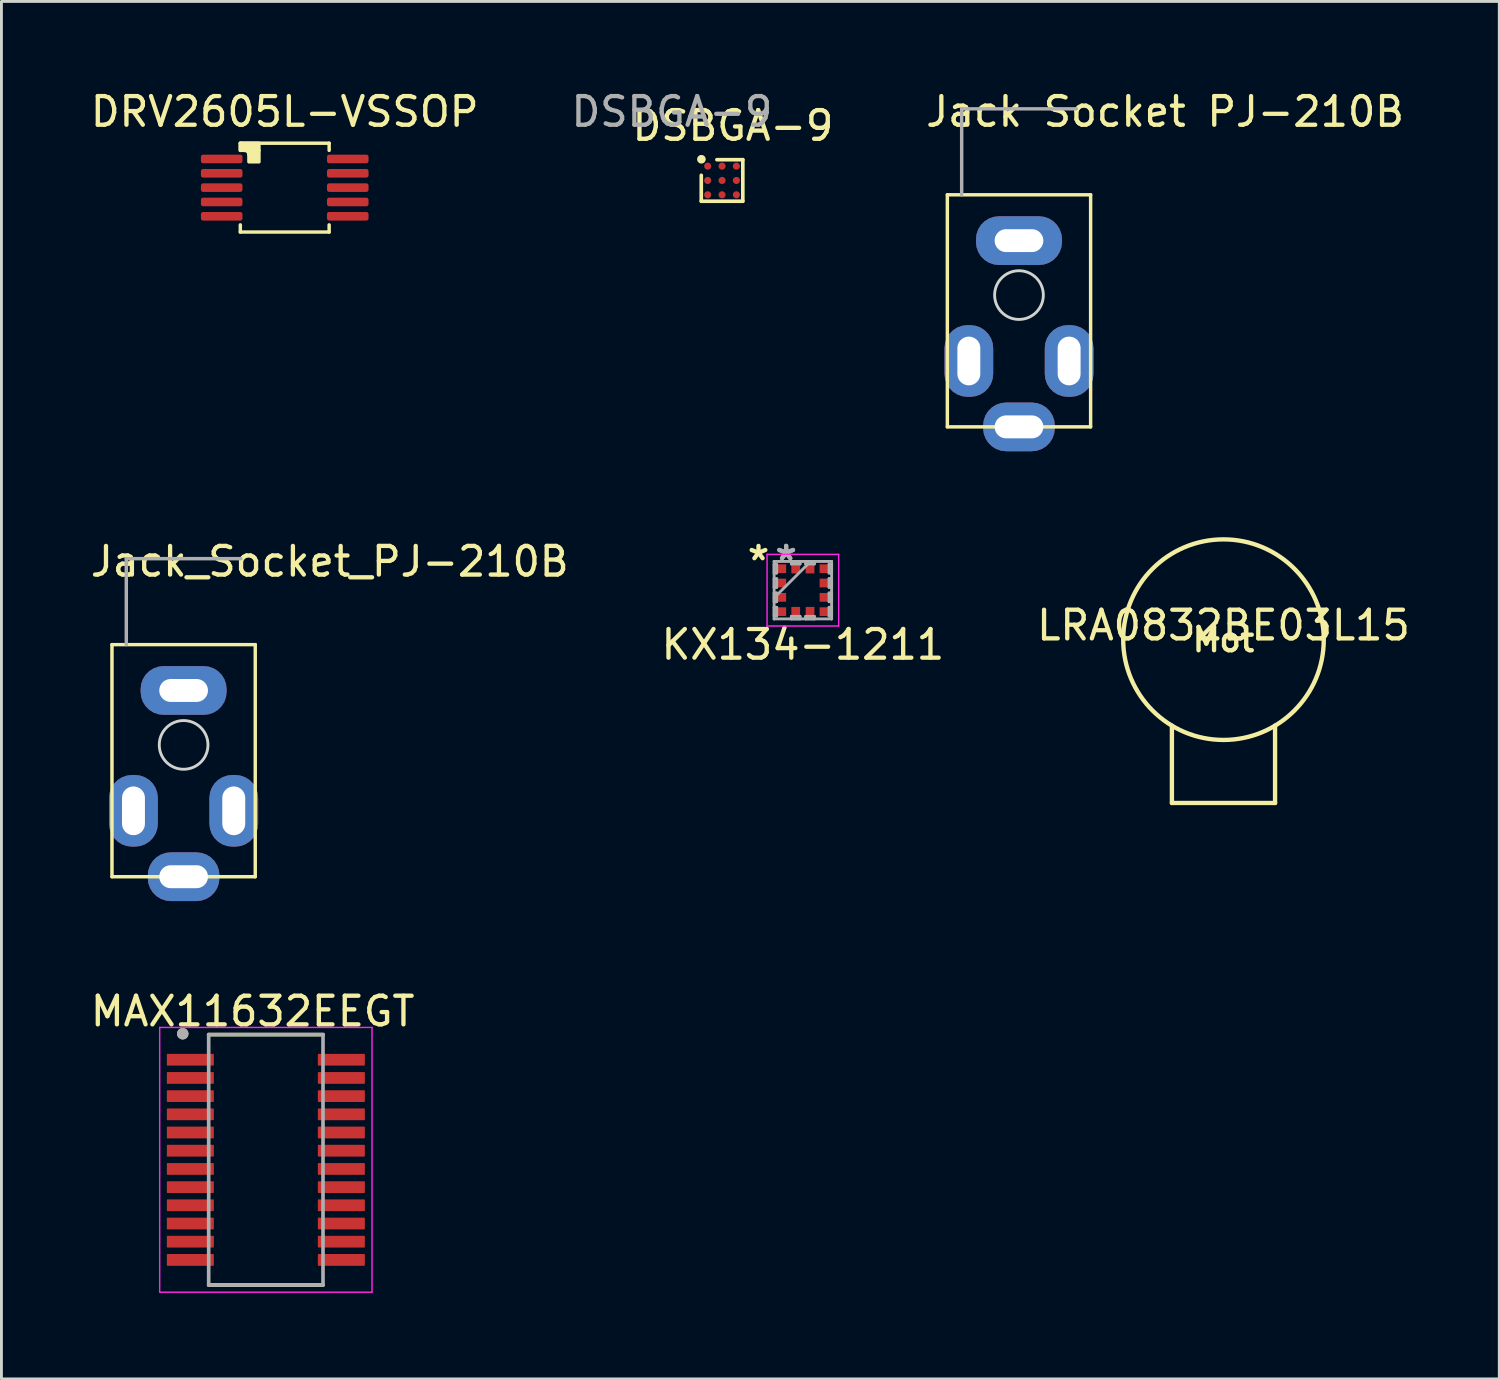
<source format=kicad_pcb>
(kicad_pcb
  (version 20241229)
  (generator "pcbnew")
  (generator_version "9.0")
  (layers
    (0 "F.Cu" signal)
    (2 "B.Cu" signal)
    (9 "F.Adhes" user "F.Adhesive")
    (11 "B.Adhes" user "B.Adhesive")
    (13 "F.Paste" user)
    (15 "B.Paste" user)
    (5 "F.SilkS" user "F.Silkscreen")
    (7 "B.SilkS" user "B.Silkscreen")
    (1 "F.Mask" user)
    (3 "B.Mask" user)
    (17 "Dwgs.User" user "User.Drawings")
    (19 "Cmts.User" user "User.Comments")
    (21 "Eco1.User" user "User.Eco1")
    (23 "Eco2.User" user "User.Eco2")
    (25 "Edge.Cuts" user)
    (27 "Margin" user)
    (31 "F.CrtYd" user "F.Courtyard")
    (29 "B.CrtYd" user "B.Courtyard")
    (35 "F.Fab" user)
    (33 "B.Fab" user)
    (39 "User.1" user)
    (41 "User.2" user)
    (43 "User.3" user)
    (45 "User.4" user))
  (footprint "Jack Socket PJ-210B"
    (layer "F.Cu")
    (at 32.512 3.748)
    (property "Reference" "Jack Socket PJ-210B" (at 5.1 -2.9 0) (unlocked yes) (layer "F.SilkS") (effects (font (size 1 1) (thickness 0.15))))
    (attr through_hole)
    (fp_line (start -2.5 0) (end -2.5 8.1) (stroke (width 0.12) (type solid)) (layer "F.SilkS"))
    (fp_line (start -2.5 8.1) (end 2.5 8.1) (stroke (width 0.12) (type solid)) (layer "F.SilkS"))
    (fp_line (start 2.5 0) (end -2.5 0) (stroke (width 0.12) (type solid)) (layer "F.SilkS"))
    (fp_line (start 2.5 8.1) (end 2.5 0) (stroke (width 0.12) (type solid)) (layer "F.SilkS"))
    (fp_line (start 2 0) (end 2 -3) (stroke (width 0.12) (type solid)) (layer "F.Paste"))
    (fp_circle (center 0 3.5) (end 0.85 3.5) (stroke (width 0.1) (type solid)) (fill no) (layer "Edge.Cuts"))
    (fp_line (start -2 -3) (end -2 0) (stroke (width 0.12) (type solid)) (layer "F.Fab"))
    (fp_line (start 2 -3) (end -2 -3) (stroke (width 0.12) (type solid)) (layer "F.Fab"))
    (pad "1" thru_hole roundrect (at 1.75 5.8) (size 1.7 2.5) (drill oval 0.8 1.7) (layers "*.Cu" "*.Mask") (roundrect_rratio 0.471))
    (pad "2" thru_hole roundrect (at 0 8.1 90) (size 1.7 2.5) (drill oval 0.8 1.7) (layers "*.Cu" "*.Mask") (roundrect_rratio 0.471))
    (pad "3" thru_hole roundrect (at -1.75 5.8) (size 1.7 2.5) (drill oval 0.8 1.7) (layers "*.Cu" "*.Mask") (roundrect_rratio 0.471))
    (pad "6" thru_hole roundrect (at 0 1.6 90) (size 1.7 3) (drill oval 0.8 1.7) (layers "*.Cu" "*.Mask") (roundrect_rratio 0.471)))
  (footprint "LRA0832BE03L15"
    (layer "F.Cu")
    (at 39.649 19.274)
    (property "Reference" "LRA0832BE03L15" (at 0 -0.5 0) (unlocked yes) (layer "F.SilkS") (effects (font (size 1 1) (thickness 0.15))))
    (attr smd)
    (fp_line (start -1.8 5.7) (end -1.8 3) (stroke (width 0.152) (type solid)) (layer "F.SilkS"))
    (fp_line (start -1.8 5.7) (end 1.8 5.7) (stroke (width 0.152) (type solid)) (layer "F.SilkS"))
    (fp_line (start 1.8 5.7) (end 1.8 3) (stroke (width 0.152) (type solid)) (layer "F.SilkS"))
    (fp_circle (center 0 0) (end 3.5 0) (stroke (width 0.152) (type solid)) (fill no) (layer "F.SilkS"))
    (fp_text user "Mot\n" (at 0 0 0) (layer "F.SilkS") (effects (font (size 0.813 0.813) (thickness 0.152)))))
  (footprint "MAX11632EEGT"
    (layer "F.Cu")
    (at 6.228 37.427)
    (property "Reference" "MAX11632EEGT" (at -0.46 -5.182 0) (layer "F.SilkS") (effects (font (size 1 1) (thickness 0.15))))
    (attr smd)
    (fp_line (start -1.995 -4.37) (end 1.995 -4.37) (stroke (width 0.127) (type solid)) (layer "F.SilkS"))
    (fp_line (start -1.995 4.37) (end 1.995 4.37) (stroke (width 0.127) (type solid)) (layer "F.SilkS"))
    (fp_circle (center -2.9 -4.4) (end -2.8 -4.4) (stroke (width 0.2) (type solid)) (fill no) (layer "F.SilkS"))
    (fp_line (start -3.705 -4.62) (end -3.705 4.62) (stroke (width 0.05) (type solid)) (layer "F.CrtYd"))
    (fp_line (start -3.705 -4.62) (end 3.705 -4.62) (stroke (width 0.05) (type solid)) (layer "F.CrtYd"))
    (fp_line (start -3.705 4.62) (end 3.705 4.62) (stroke (width 0.05) (type solid)) (layer "F.CrtYd"))
    (fp_line (start 3.705 -4.62) (end 3.705 4.62) (stroke (width 0.05) (type solid)) (layer "F.CrtYd"))
    (fp_line (start -1.995 -4.37) (end -1.995 4.37) (stroke (width 0.127) (type solid)) (layer "F.Fab"))
    (fp_line (start -1.995 -4.37) (end 1.995 -4.37) (stroke (width 0.127) (type solid)) (layer "F.Fab"))
    (fp_line (start -1.995 4.37) (end 1.995 4.37) (stroke (width 0.127) (type solid)) (layer "F.Fab"))
    (fp_line (start 1.995 -4.37) (end 1.995 4.37) (stroke (width 0.127) (type solid)) (layer "F.Fab"))
    (fp_circle (center -2.9 -4.4) (end -2.8 -4.4) (stroke (width 0.2) (type solid)) (fill no) (layer "F.Fab"))
    (pad "1" smd roundrect (at -2.635 -3.493) (size 1.64 0.41) (layers "F.Cu" "F.Mask" "F.Paste") (roundrect_rratio 0.05))
    (pad "2" smd roundrect (at -2.635 -2.857) (size 1.64 0.41) (layers "F.Cu" "F.Mask" "F.Paste") (roundrect_rratio 0.05))
    (pad "3" smd roundrect (at -2.635 -2.223) (size 1.64 0.41) (layers "F.Cu" "F.Mask" "F.Paste") (roundrect_rratio 0.05))
    (pad "4" smd roundrect (at -2.635 -1.587) (size 1.64 0.41) (layers "F.Cu" "F.Mask" "F.Paste") (roundrect_rratio 0.05))
    (pad "5" smd roundrect (at -2.635 -0.953) (size 1.64 0.41) (layers "F.Cu" "F.Mask" "F.Paste") (roundrect_rratio 0.05))
    (pad "6" smd roundrect (at -2.635 -0.318) (size 1.64 0.41) (layers "F.Cu" "F.Mask" "F.Paste") (roundrect_rratio 0.05))
    (pad "7" smd roundrect (at -2.635 0.318) (size 1.64 0.41) (layers "F.Cu" "F.Mask" "F.Paste") (roundrect_rratio 0.05))
    (pad "8" smd roundrect (at -2.635 0.953) (size 1.64 0.41) (layers "F.Cu" "F.Mask" "F.Paste") (roundrect_rratio 0.05))
    (pad "9" smd roundrect (at -2.635 1.587) (size 1.64 0.41) (layers "F.Cu" "F.Mask" "F.Paste") (roundrect_rratio 0.05))
    (pad "10" smd roundrect (at -2.635 2.223) (size 1.64 0.41) (layers "F.Cu" "F.Mask" "F.Paste") (roundrect_rratio 0.05))
    (pad "11" smd roundrect (at -2.635 2.857) (size 1.64 0.41) (layers "F.Cu" "F.Mask" "F.Paste") (roundrect_rratio 0.05))
    (pad "12" smd roundrect (at -2.635 3.493) (size 1.64 0.41) (layers "F.Cu" "F.Mask" "F.Paste") (roundrect_rratio 0.05))
    (pad "13" smd roundrect (at 2.635 3.493) (size 1.64 0.41) (layers "F.Cu" "F.Mask" "F.Paste") (roundrect_rratio 0.05))
    (pad "14" smd roundrect (at 2.635 2.857) (size 1.64 0.41) (layers "F.Cu" "F.Mask" "F.Paste") (roundrect_rratio 0.05))
    (pad "15" smd roundrect (at 2.635 2.223) (size 1.64 0.41) (layers "F.Cu" "F.Mask" "F.Paste") (roundrect_rratio 0.05))
    (pad "16" smd roundrect (at 2.635 1.587) (size 1.64 0.41) (layers "F.Cu" "F.Mask" "F.Paste") (roundrect_rratio 0.05))
    (pad "17" smd roundrect (at 2.635 0.953) (size 1.64 0.41) (layers "F.Cu" "F.Mask" "F.Paste") (roundrect_rratio 0.05))
    (pad "18" smd roundrect (at 2.635 0.318) (size 1.64 0.41) (layers "F.Cu" "F.Mask" "F.Paste") (roundrect_rratio 0.05))
    (pad "19" smd roundrect (at 2.635 -0.318) (size 1.64 0.41) (layers "F.Cu" "F.Mask" "F.Paste") (roundrect_rratio 0.05))
    (pad "20" smd roundrect (at 2.635 -0.953) (size 1.64 0.41) (layers "F.Cu" "F.Mask" "F.Paste") (roundrect_rratio 0.05))
    (pad "21" smd roundrect (at 2.635 -1.587) (size 1.64 0.41) (layers "F.Cu" "F.Mask" "F.Paste") (roundrect_rratio 0.05))
    (pad "22" smd roundrect (at 2.635 -2.223) (size 1.64 0.41) (layers "F.Cu" "F.Mask" "F.Paste") (roundrect_rratio 0.05))
    (pad "23" smd roundrect (at 2.635 -2.857) (size 1.64 0.41) (layers "F.Cu" "F.Mask" "F.Paste") (roundrect_rratio 0.05))
    (pad "24" smd roundrect (at 2.635 -3.493) (size 1.64 0.41) (layers "F.Cu" "F.Mask" "F.Paste") (roundrect_rratio 0.05)))
  (footprint "Jack_Socket_PJ-210B"
    (layer "F.Cu")
    (at 3.358 19.447)
    (property "Reference" "Jack_Socket_PJ-210B" (at 5.1 -2.9 0) (unlocked yes) (layer "F.SilkS") (effects (font (size 1 1) (thickness 0.15))))
    (attr through_hole)
    (fp_line (start -2.5 0) (end -2.5 8.1) (stroke (width 0.12) (type solid)) (layer "F.SilkS"))
    (fp_line (start -2.5 8.1) (end 2.5 8.1) (stroke (width 0.12) (type solid)) (layer "F.SilkS"))
    (fp_line (start 2.5 0) (end -2.5 0) (stroke (width 0.12) (type solid)) (layer "F.SilkS"))
    (fp_line (start 2.5 8.1) (end 2.5 0) (stroke (width 0.12) (type solid)) (layer "F.SilkS"))
    (fp_line (start 2 0) (end 2 -3) (stroke (width 0.12) (type solid)) (layer "F.Paste"))
    (fp_circle (center 0 3.5) (end 0.85 3.5) (stroke (width 0.1) (type solid)) (fill no) (layer "Edge.Cuts"))
    (fp_line (start -2 -3) (end -2 0) (stroke (width 0.12) (type solid)) (layer "F.Fab"))
    (fp_line (start 2 -3) (end -2 -3) (stroke (width 0.12) (type solid)) (layer "F.Fab"))
    (pad "1" thru_hole roundrect (at 1.75 5.8) (size 1.7 2.5) (drill oval 0.8 1.7) (layers "*.Cu" "*.Mask") (roundrect_rratio 0.471))
    (pad "2" thru_hole roundrect (at 0 8.1 90) (size 1.7 2.5) (drill oval 0.8 1.7) (layers "*.Cu" "*.Mask") (roundrect_rratio 0.471))
    (pad "3" thru_hole roundrect (at -1.75 5.8) (size 1.7 2.5) (drill oval 0.8 1.7) (layers "*.Cu" "*.Mask") (roundrect_rratio 0.471))
    (pad "6" thru_hole roundrect (at 0 1.6 90) (size 1.7 3) (drill oval 0.8 1.7) (layers "*.Cu" "*.Mask") (roundrect_rratio 0.471)))
  (footprint "DSBGA-9"
    (layer "F.Cu")
    (at 22.149 3.248)
    (property "Reference" "DSBGA-9" (at 0.38 -1.91 0) (unlocked yes) (layer "F.SilkS") (effects (font (size 1 1) (thickness 0.15))))
    (attr smd)
    (fp_line (start -0.725 -0.18) (end -0.725 0.725) (stroke (width 0.127) (type solid)) (layer "F.SilkS"))
    (fp_line (start -0.725 0.725) (end 0.725 0.725) (stroke (width 0.127) (type solid)) (layer "F.SilkS"))
    (fp_line (start -0.18 -0.725) (end 0.725 -0.725) (stroke (width 0.127) (type solid)) (layer "F.SilkS"))
    (fp_line (start 0.725 -0.725) (end 0.725 0.725) (stroke (width 0.127) (type solid)) (layer "F.SilkS"))
    (fp_circle (center -0.72 -0.74) (end -0.57 -0.74) (stroke (width 0) (type solid)) (fill yes) (layer "F.SilkS"))
    (fp_text user "${REFERENCE}" (at -1.75 -2.4 0) (unlocked yes) (layer "F.Fab") (effects (font (size 1 1) (thickness 0.15))))
    (pad "A1" smd circle (at -0.5 -0.5) (size 0.25 0.25) (layers "F.Cu" "F.Mask" "F.Paste"))
    (pad "A2" smd circle (at 0 -0.5) (size 0.25 0.25) (layers "F.Cu" "F.Mask" "F.Paste"))
    (pad "A3" smd circle (at 0.5 -0.5) (size 0.25 0.25) (layers "F.Cu" "F.Mask" "F.Paste"))
    (pad "B1" smd circle (at -0.5 0) (size 0.25 0.25) (layers "F.Cu" "F.Mask" "F.Paste"))
    (pad "B2" smd circle (at 0 0) (size 0.25 0.25) (layers "F.Cu" "F.Mask" "F.Paste"))
    (pad "B3" smd circle (at 0.5 0) (size 0.25 0.25) (layers "F.Cu" "F.Mask" "F.Paste"))
    (pad "C1" smd circle (at -0.5 0.5) (size 0.25 0.25) (layers "F.Cu" "F.Mask" "F.Paste"))
    (pad "C2" smd circle (at 0 0.5) (size 0.25 0.25) (layers "F.Cu" "F.Mask" "F.Paste"))
    (pad "C3" smd circle (at 0.5 0.5) (size 0.25 0.25) (layers "F.Cu" "F.Mask" "F.Paste")))
  (footprint "DRV2605L-VSSOP"
    (layer "F.Cu")
    (at 6.887 3.498)
    (property "Reference" "DRV2605L-VSSOP" (at 0 -2.65 0) (unlocked yes) (layer "F.SilkS") (effects (font (size 1 1) (thickness 0.15))))
    (attr smd)
    (fp_line (start -1.55 -1.55) (end 1.55 -1.55) (stroke (width 0.12) (type solid)) (layer "F.SilkS"))
    (fp_line (start -1.55 -1.3) (end -1.55 -1.55) (stroke (width 0.12) (type solid)) (layer "F.SilkS"))
    (fp_line (start -1.55 1.55) (end -1.55 1.3) (stroke (width 0.12) (type solid)) (layer "F.SilkS"))
    (fp_line (start -1.55 1.55) (end 1.55 1.55) (stroke (width 0.12) (type solid)) (layer "F.SilkS"))
    (fp_line (start 1.55 -1.3) (end 1.55 -1.55) (stroke (width 0.12) (type solid)) (layer "F.SilkS"))
    (fp_line (start 1.55 1.3) (end 1.55 1.55) (stroke (width 0.12) (type solid)) (layer "F.SilkS"))
    (fp_rect (start -1.55 -1.3) (end -0.9 -1.55) (stroke (width 0.12) (type solid)) (fill yes) (layer "F.SilkS"))
    (fp_rect (start -1.25 -0.9) (end -0.9 -1.3) (stroke (width 0.12) (type solid)) (fill yes) (layer "F.SilkS"))
    (fp_arc (start -1.4 -1.3) (mid -1.293934 -1.256066) (end -1.25 -1.15) (stroke (width 0.12) (type solid)) (layer "F.SilkS"))
    (pad "1" smd roundrect (at -2.2 -1) (size 1.45 0.3) (layers "F.Cu" "F.Mask" "F.Paste") (roundrect_rratio 0.25))
    (pad "2" smd roundrect (at -2.2 -0.5) (size 1.45 0.3) (layers "F.Cu" "F.Mask" "F.Paste") (roundrect_rratio 0.25))
    (pad "3" smd roundrect (at -2.2 0) (size 1.45 0.3) (layers "F.Cu" "F.Mask" "F.Paste") (roundrect_rratio 0.25))
    (pad "4" smd roundrect (at -2.2 0.5) (size 1.45 0.3) (layers "F.Cu" "F.Mask" "F.Paste") (roundrect_rratio 0.25))
    (pad "5" smd roundrect (at -2.2 1) (size 1.45 0.3) (layers "F.Cu" "F.Mask" "F.Paste") (roundrect_rratio 0.25))
    (pad "6" smd roundrect (at 2.2 1) (size 1.45 0.3) (layers "F.Cu" "F.Mask" "F.Paste") (roundrect_rratio 0.25))
    (pad "7" smd roundrect (at 2.2 0.5) (size 1.45 0.3) (layers "F.Cu" "F.Mask" "F.Paste") (roundrect_rratio 0.25))
    (pad "8" smd roundrect (at 2.2 0) (size 1.45 0.3) (layers "F.Cu" "F.Mask" "F.Paste") (roundrect_rratio 0.25))
    (pad "9" smd roundrect (at 2.2 -0.5) (size 1.45 0.3) (layers "F.Cu" "F.Mask" "F.Paste") (roundrect_rratio 0.25))
    (pad "10" smd roundrect (at 2.2 -1) (size 1.45 0.3) (layers "F.Cu" "F.Mask" "F.Paste") (roundrect_rratio 0.25)))
  (footprint "KX134-1211"
    (layer "F.Cu")
    (at 24.97 17.547)
    (property "Reference" "KX134-1211" (at 0 1.9 0) (layer "F.SilkS") (effects (font (size 1 1) (thickness 0.15))))
    (attr through_hole)
    (fp_line (start -1.25 -1.25) (end -1.25 1.25) (stroke (width 0.05) (type solid)) (layer "F.CrtYd"))
    (fp_line (start -1.25 1.25) (end 1.25 1.25) (stroke (width 0.05) (type solid)) (layer "F.CrtYd"))
    (fp_line (start 1.25 -1.25) (end -1.25 -1.25) (stroke (width 0.05) (type solid)) (layer "F.CrtYd"))
    (fp_line (start 1.25 1.25) (end 1.25 -1.25) (stroke (width 0.05) (type solid)) (layer "F.CrtYd"))
    (fp_line (start -1.003 -1.003) (end -1.003 -1.003) (stroke (width 0.1) (type solid)) (layer "F.Fab"))
    (fp_line (start -1.003 -1.003) (end -1.003 1.003) (stroke (width 0.1) (type solid)) (layer "F.Fab"))
    (fp_line (start -1.003 -0.902) (end -0.914 -0.902) (stroke (width 0.1) (type solid)) (layer "F.Fab"))
    (fp_line (start -1.003 -0.598) (end -1.003 -0.902) (stroke (width 0.1) (type solid)) (layer "F.Fab"))
    (fp_line (start -1.003 -0.402) (end -0.914 -0.402) (stroke (width 0.1) (type solid)) (layer "F.Fab"))
    (fp_line (start -1.003 -0.098) (end -1.003 -0.402) (stroke (width 0.1) (type solid)) (layer "F.Fab"))
    (fp_line (start -1.003 0.098) (end -0.914 0.098) (stroke (width 0.1) (type solid)) (layer "F.Fab"))
    (fp_line (start -1.003 0.267) (end 0.267 -1.003) (stroke (width 0.1) (type solid)) (layer "F.Fab"))
    (fp_line (start -1.003 0.402) (end -1.003 0.098) (stroke (width 0.1) (type solid)) (layer "F.Fab"))
    (fp_line (start -1.003 0.598) (end -0.914 0.598) (stroke (width 0.1) (type solid)) (layer "F.Fab"))
    (fp_line (start -1.003 0.902) (end -1.003 0.598) (stroke (width 0.1) (type solid)) (layer "F.Fab"))
    (fp_line (start -1.003 1.003) (end -1.003 1.003) (stroke (width 0.1) (type solid)) (layer "F.Fab"))
    (fp_line (start -1.003 1.003) (end 1.003 1.003) (stroke (width 0.1) (type solid)) (layer "F.Fab"))
    (fp_line (start -0.914 -0.902) (end -0.914 -0.598) (stroke (width 0.1) (type solid)) (layer "F.Fab"))
    (fp_line (start -0.914 -0.598) (end -1.003 -0.598) (stroke (width 0.1) (type solid)) (layer "F.Fab"))
    (fp_line (start -0.914 -0.402) (end -0.914 -0.098) (stroke (width 0.1) (type solid)) (layer "F.Fab"))
    (fp_line (start -0.914 -0.098) (end -1.003 -0.098) (stroke (width 0.1) (type solid)) (layer "F.Fab"))
    (fp_line (start -0.914 0.098) (end -0.914 0.402) (stroke (width 0.1) (type solid)) (layer "F.Fab"))
    (fp_line (start -0.914 0.402) (end -1.003 0.402) (stroke (width 0.1) (type solid)) (layer "F.Fab"))
    (fp_line (start -0.914 0.598) (end -0.914 0.902) (stroke (width 0.1) (type solid)) (layer "F.Fab"))
    (fp_line (start -0.914 0.902) (end -1.003 0.902) (stroke (width 0.1) (type solid)) (layer "F.Fab"))
    (fp_line (start -0.402 -1.003) (end -0.098 -1.003) (stroke (width 0.1) (type solid)) (layer "F.Fab"))
    (fp_line (start -0.402 -0.914) (end -0.402 -1.003) (stroke (width 0.1) (type solid)) (layer "F.Fab"))
    (fp_line (start -0.402 0.914) (end -0.098 0.914) (stroke (width 0.1) (type solid)) (layer "F.Fab"))
    (fp_line (start -0.402 1.003) (end -0.402 0.914) (stroke (width 0.1) (type solid)) (layer "F.Fab"))
    (fp_line (start -0.098 -1.003) (end -0.098 -0.914) (stroke (width 0.1) (type solid)) (layer "F.Fab"))
    (fp_line (start -0.098 -0.914) (end -0.402 -0.914) (stroke (width 0.1) (type solid)) (layer "F.Fab"))
    (fp_line (start -0.098 0.914) (end -0.098 1.003) (stroke (width 0.1) (type solid)) (layer "F.Fab"))
    (fp_line (start -0.098 1.003) (end -0.402 1.003) (stroke (width 0.1) (type solid)) (layer "F.Fab"))
    (fp_line (start 0.098 -1.003) (end 0.402 -1.003) (stroke (width 0.1) (type solid)) (layer "F.Fab"))
    (fp_line (start 0.098 -0.914) (end 0.098 -1.003) (stroke (width 0.1) (type solid)) (layer "F.Fab"))
    (fp_line (start 0.098 0.914) (end 0.402 0.914) (stroke (width 0.1) (type solid)) (layer "F.Fab"))
    (fp_line (start 0.098 1.003) (end 0.098 0.914) (stroke (width 0.1) (type solid)) (layer "F.Fab"))
    (fp_line (start 0.402 -1.003) (end 0.402 -0.914) (stroke (width 0.1) (type solid)) (layer "F.Fab"))
    (fp_line (start 0.402 -0.914) (end 0.098 -0.914) (stroke (width 0.1) (type solid)) (layer "F.Fab"))
    (fp_line (start 0.402 0.914) (end 0.402 1.003) (stroke (width 0.1) (type solid)) (layer "F.Fab"))
    (fp_line (start 0.402 1.003) (end 0.098 1.003) (stroke (width 0.1) (type solid)) (layer "F.Fab"))
    (fp_line (start 0.914 -0.902) (end 1.003 -0.902) (stroke (width 0.1) (type solid)) (layer "F.Fab"))
    (fp_line (start 0.914 -0.598) (end 0.914 -0.902) (stroke (width 0.1) (type solid)) (layer "F.Fab"))
    (fp_line (start 0.914 -0.402) (end 1.003 -0.402) (stroke (width 0.1) (type solid)) (layer "F.Fab"))
    (fp_line (start 0.914 -0.098) (end 0.914 -0.402) (stroke (width 0.1) (type solid)) (layer "F.Fab"))
    (fp_line (start 0.914 0.098) (end 1.003 0.098) (stroke (width 0.1) (type solid)) (layer "F.Fab"))
    (fp_line (start 0.914 0.402) (end 0.914 0.098) (stroke (width 0.1) (type solid)) (layer "F.Fab"))
    (fp_line (start 0.914 0.598) (end 1.003 0.598) (stroke (width 0.1) (type solid)) (layer "F.Fab"))
    (fp_line (start 0.914 0.902) (end 0.914 0.598) (stroke (width 0.1) (type solid)) (layer "F.Fab"))
    (fp_line (start 1.003 -1.003) (end -1.003 -1.003) (stroke (width 0.1) (type solid)) (layer "F.Fab"))
    (fp_line (start 1.003 -1.003) (end 1.003 -1.003) (stroke (width 0.1) (type solid)) (layer "F.Fab"))
    (fp_line (start 1.003 -0.902) (end 1.003 -0.598) (stroke (width 0.1) (type solid)) (layer "F.Fab"))
    (fp_line (start 1.003 -0.598) (end 0.914 -0.598) (stroke (width 0.1) (type solid)) (layer "F.Fab"))
    (fp_line (start 1.003 -0.402) (end 1.003 -0.098) (stroke (width 0.1) (type solid)) (layer "F.Fab"))
    (fp_line (start 1.003 -0.098) (end 0.914 -0.098) (stroke (width 0.1) (type solid)) (layer "F.Fab"))
    (fp_line (start 1.003 0.098) (end 1.003 0.402) (stroke (width 0.1) (type solid)) (layer "F.Fab"))
    (fp_line (start 1.003 0.402) (end 0.914 0.402) (stroke (width 0.1) (type solid)) (layer "F.Fab"))
    (fp_line (start 1.003 0.598) (end 1.003 0.902) (stroke (width 0.1) (type solid)) (layer "F.Fab"))
    (fp_line (start 1.003 0.902) (end 0.914 0.902) (stroke (width 0.1) (type solid)) (layer "F.Fab"))
    (fp_line (start 1.003 1.003) (end 1.003 -1.003) (stroke (width 0.1) (type solid)) (layer "F.Fab"))
    (fp_line (start 1.003 1.003) (end 1.003 1.003) (stroke (width 0.1) (type solid)) (layer "F.Fab"))
    (fp_text user "*" (at -1.549 -1 0) (layer "F.SilkS") (effects (font (size 1 1) (thickness 0.15))))
    (fp_text user "*" (at -0.584 -1 0) (layer "F.Fab") (effects (font (size 1 1) (thickness 0.15))))
    (fp_text user "*" (at -0.584 -1 0) (layer "F.Fab") (effects (font (size 1 1) (thickness 0.15))))
    (pad "1" smd rect (at -0.749 -0.75 90) (size 0.305 0.33) (layers "F.Cu" "F.Mask" "F.Paste"))
    (pad "2" smd rect (at -0.749 -0.25 90) (size 0.305 0.33) (layers "F.Cu" "F.Mask" "F.Paste"))
    (pad "3" smd rect (at -0.749 0.25 90) (size 0.305 0.33) (layers "F.Cu" "F.Mask" "F.Paste"))
    (pad "4" smd rect (at -0.749 0.75 90) (size 0.305 0.33) (layers "F.Cu" "F.Mask" "F.Paste"))
    (pad "5" smd rect (at -0.25 0.749) (size 0.305 0.33) (layers "F.Cu" "F.Mask" "F.Paste"))
    (pad "6" smd rect (at 0.25 0.749) (size 0.305 0.33) (layers "F.Cu" "F.Mask" "F.Paste"))
    (pad "7" smd rect (at 0.749 0.75 90) (size 0.305 0.33) (layers "F.Cu" "F.Mask" "F.Paste"))
    (pad "8" smd rect (at 0.749 0.25 90) (size 0.305 0.33) (layers "F.Cu" "F.Mask" "F.Paste"))
    (pad "9" smd rect (at 0.749 -0.25 90) (size 0.305 0.33) (layers "F.Cu" "F.Mask" "F.Paste"))
    (pad "10" smd rect (at 0.749 -0.75 90) (size 0.305 0.33) (layers "F.Cu" "F.Mask" "F.Paste"))
    (pad "11" smd rect (at 0.25 -0.749) (size 0.305 0.33) (layers "F.Cu" "F.Mask" "F.Paste"))
    (pad "12" smd rect (at -0.25 -0.749) (size 0.305 0.33) (layers "F.Cu" "F.Mask" "F.Paste")))
  (gr_rect
    (start -3 -3)
    (end 49.274 45.072)
    (stroke (width 0.1) (type default))
    (fill no)
    (layer "Edge.Cuts")))
</source>
